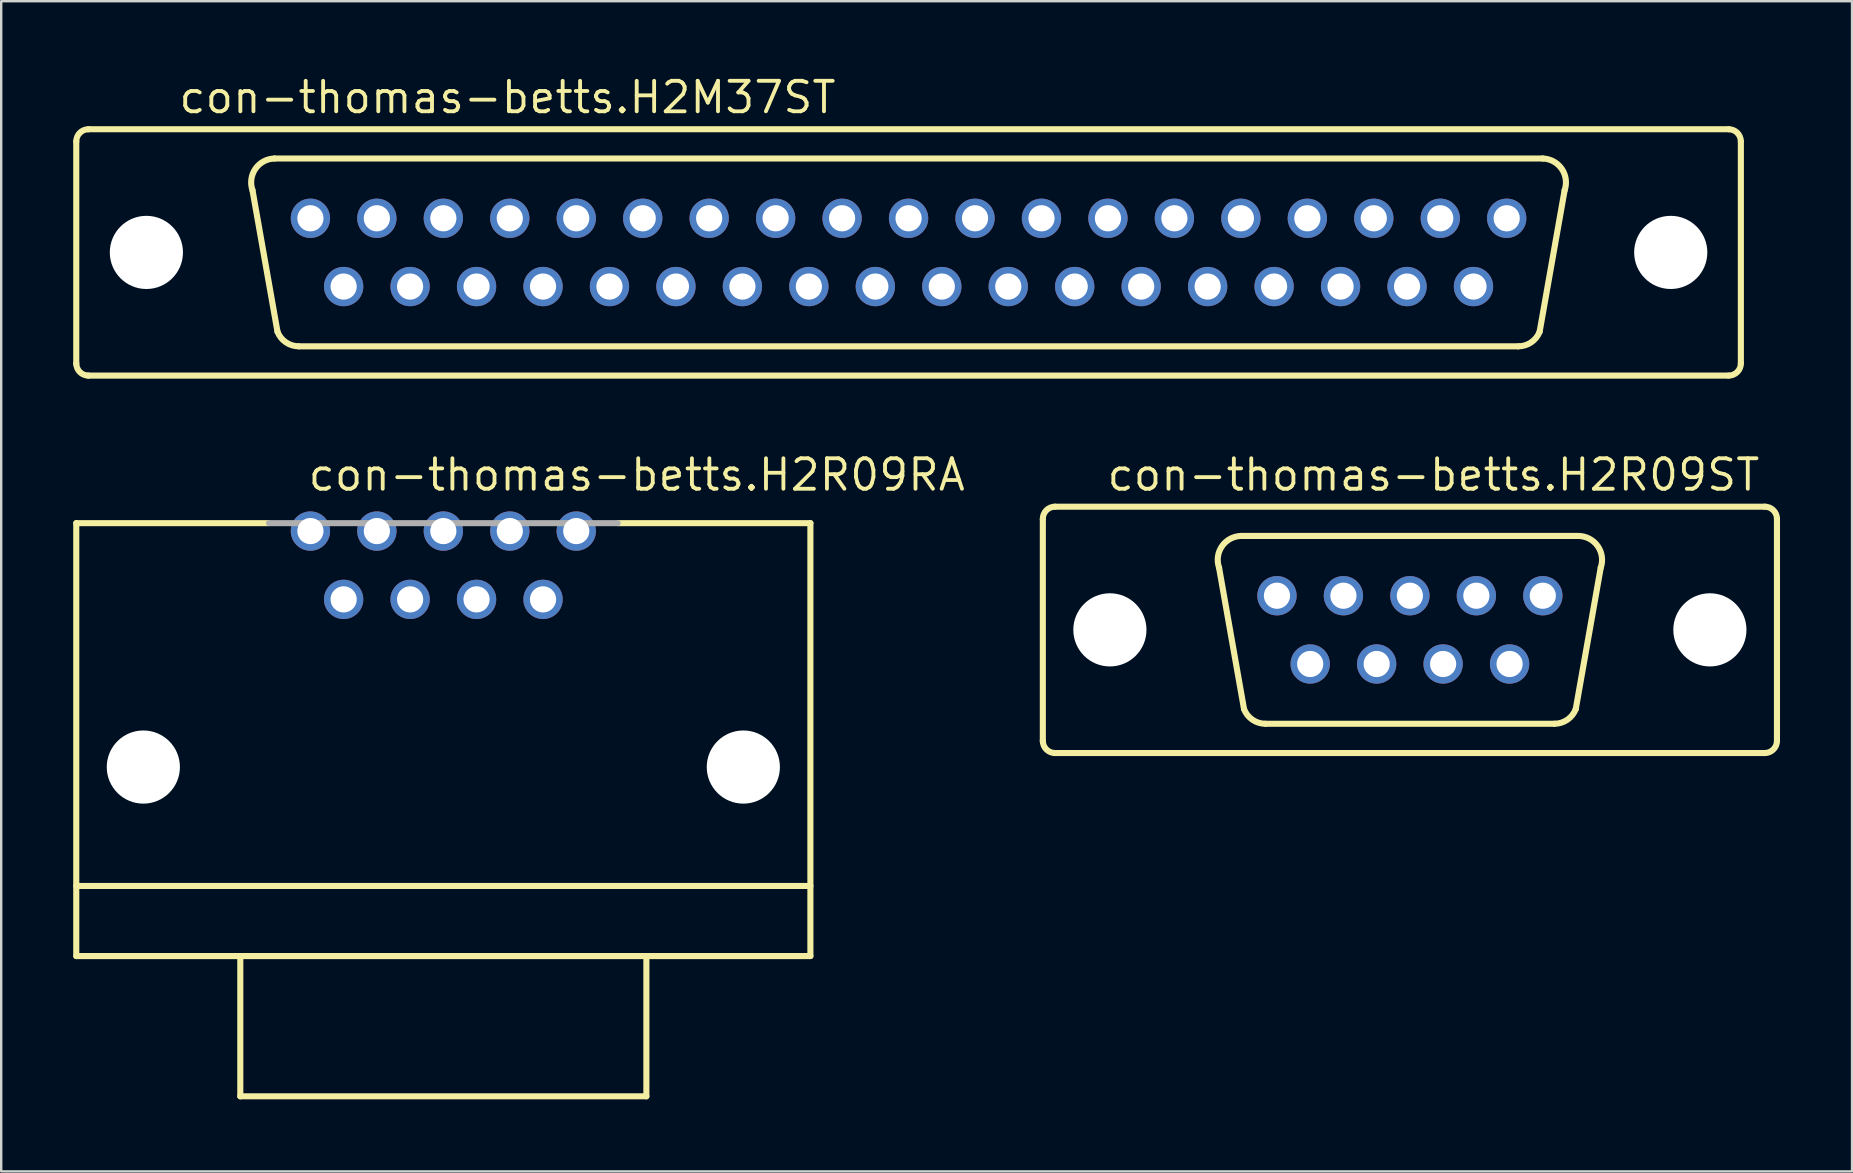
<source format=kicad_pcb>
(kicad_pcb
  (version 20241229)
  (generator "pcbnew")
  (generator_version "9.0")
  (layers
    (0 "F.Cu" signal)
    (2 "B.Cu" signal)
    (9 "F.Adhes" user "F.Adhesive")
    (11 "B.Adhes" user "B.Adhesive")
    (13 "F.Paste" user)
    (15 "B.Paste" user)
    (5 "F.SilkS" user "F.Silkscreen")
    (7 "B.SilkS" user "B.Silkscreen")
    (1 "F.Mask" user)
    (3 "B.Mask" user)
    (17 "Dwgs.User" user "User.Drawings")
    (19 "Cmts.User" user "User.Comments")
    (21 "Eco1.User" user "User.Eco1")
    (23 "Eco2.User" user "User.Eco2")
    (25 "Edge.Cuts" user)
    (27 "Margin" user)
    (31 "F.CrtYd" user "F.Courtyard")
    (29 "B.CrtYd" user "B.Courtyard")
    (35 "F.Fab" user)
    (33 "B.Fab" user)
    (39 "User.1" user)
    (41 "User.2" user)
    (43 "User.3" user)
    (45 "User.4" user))
  (footprint "con-thomas-betts.H2R09RA"
    (layer "F.Cu")
    (at 15.418 26.998)
    (property "Reference" "con-thomas-betts.H2R09RA" (at -5.715 -9.525 0) (layer "F.SilkS") (effects (font (size 1.27 1.27) (thickness 0.16)) (justify left bottom)))
    (attr through_hole)
    (fp_line (start -15.291 -8.255) (end -7.29 -8.255) (stroke (width 0.254) (type default)) (layer "F.SilkS"))
    (fp_line (start -15.291 6.858) (end 15.291 6.858) (stroke (width 0.254) (type default)) (layer "F.SilkS"))
    (fp_line (start -15.291 9.779) (end -15.291 -8.255) (stroke (width 0.254) (type default)) (layer "F.SilkS"))
    (fp_line (start -8.458 9.779) (end -15.291 9.779) (stroke (width 0.254) (type default)) (layer "F.SilkS"))
    (fp_line (start -8.458 9.779) (end 8.458 9.779) (stroke (width 0.254) (type default)) (layer "F.SilkS"))
    (fp_line (start -8.458 15.621) (end -8.458 9.779) (stroke (width 0.254) (type default)) (layer "F.SilkS"))
    (fp_line (start 8.458 9.779) (end 8.458 15.621) (stroke (width 0.254) (type default)) (layer "F.SilkS"))
    (fp_line (start 8.458 15.621) (end -8.458 15.621) (stroke (width 0.254) (type default)) (layer "F.SilkS"))
    (fp_line (start 15.291 -8.255) (end 7.29 -8.255) (stroke (width 0.254) (type default)) (layer "F.SilkS"))
    (fp_line (start 15.291 -8.255) (end 15.291 9.779) (stroke (width 0.254) (type default)) (layer "F.SilkS"))
    (fp_line (start 15.291 9.779) (end 8.458 9.779) (stroke (width 0.254) (type default)) (layer "F.SilkS"))
    (fp_line (start -7.264 -8.255) (end 7.264 -8.255) (stroke (width 0.254) (type default)) (layer "F.Fab"))
    (pad "" np_thru_hole circle (at -12.497 1.905) (size 3.048 3.048) (drill 3.048) (layers "*.Cu" "*.Mask"))
    (pad "" np_thru_hole circle (at 12.497 1.905) (size 3.048 3.048) (drill 3.048) (layers "*.Cu" "*.Mask"))
    (pad "1" thru_hole circle (at 5.537 -7.925) (size 1.638 1.638) (drill 1.092) (layers "*.Cu" "*.Mask"))
    (pad "2" thru_hole circle (at 2.769 -7.925) (size 1.638 1.638) (drill 1.092) (layers "*.Cu" "*.Mask"))
    (pad "3" thru_hole circle (at 0 -7.925) (size 1.638 1.638) (drill 1.092) (layers "*.Cu" "*.Mask"))
    (pad "4" thru_hole circle (at -2.769 -7.925) (size 1.638 1.638) (drill 1.092) (layers "*.Cu" "*.Mask"))
    (pad "5" thru_hole circle (at -5.537 -7.925) (size 1.638 1.638) (drill 1.092) (layers "*.Cu" "*.Mask"))
    (pad "6" thru_hole circle (at 4.153 -5.08) (size 1.638 1.638) (drill 1.092) (layers "*.Cu" "*.Mask"))
    (pad "7" thru_hole circle (at 1.384 -5.08) (size 1.638 1.638) (drill 1.092) (layers "*.Cu" "*.Mask"))
    (pad "8" thru_hole circle (at -1.384 -5.08) (size 1.638 1.638) (drill 1.092) (layers "*.Cu" "*.Mask"))
    (pad "9" thru_hole circle (at -4.153 -5.08) (size 1.638 1.638) (drill 1.092) (layers "*.Cu" "*.Mask")))
  (footprint "con-thomas-betts.H2M37ST"
    (layer "F.Cu")
    (at 34.798 7.465)
    (property "Reference" "con-thomas-betts.H2M37ST" (at -30.48 -5.715 0) (layer "F.SilkS") (effects (font (size 1.27 1.27) (thickness 0.16)) (justify left bottom)))
    (attr through_hole)
    (fp_line (start -34.671 4.648) (end -34.671 -4.623) (stroke (width 0.254) (type default)) (layer "F.SilkS"))
    (fp_line (start -34.163 -5.131) (end 34.163 -5.131) (stroke (width 0.254) (type default)) (layer "F.SilkS"))
    (fp_line (start -26.289 3.302) (end -27.33 -2.591) (stroke (width 0.254) (type default)) (layer "F.SilkS"))
    (fp_line (start 25.4 3.912) (end -25.4 3.912) (stroke (width 0.254) (type default)) (layer "F.SilkS"))
    (fp_line (start 26.289 3.302) (end 27.33 -2.591) (stroke (width 0.254) (type default)) (layer "F.SilkS"))
    (fp_line (start 26.416 -3.912) (end -26.416 -3.912) (stroke (width 0.254) (type default)) (layer "F.SilkS"))
    (fp_line (start 34.163 5.131) (end -34.188 5.131) (stroke (width 0.254) (type default)) (layer "F.SilkS"))
    (fp_line (start 34.671 -4.623) (end 34.671 4.623) (stroke (width 0.254) (type default)) (layer "F.SilkS"))
    (fp_arc (start -34.671 -4.6228) (mid -34.52221 -4.98201) (end -34.163 -5.1308) (stroke (width 0.254) (type default)) (layer "F.SilkS"))
    (fp_arc (start -34.163 5.1308) (mid -34.52221 4.98201) (end -34.671 4.6228) (stroke (width 0.254) (type default)) (layer "F.SilkS"))
    (fp_arc (start -27.3304 -2.5908) (mid -27.208543 -3.483361) (end -26.416 -3.9116) (stroke (width 0.254) (type default)) (layer "F.SilkS"))
    (fp_arc (start -25.4 3.9116) (mid -25.939029 3.744654) (end -26.289 3.302) (stroke (width 0.254) (type default)) (layer "F.SilkS"))
    (fp_arc (start 26.289 3.302) (mid 25.939029 3.744654) (end 25.4 3.9116) (stroke (width 0.254) (type default)) (layer "F.SilkS"))
    (fp_arc (start 26.416 -3.9116) (mid 27.208543 -3.483361) (end 27.3304 -2.5908) (stroke (width 0.254) (type default)) (layer "F.SilkS"))
    (fp_arc (start 34.163 -5.1308) (mid 34.52221 -4.98201) (end 34.671 -4.6228) (stroke (width 0.254) (type default)) (layer "F.SilkS"))
    (fp_arc (start 34.671 4.6228) (mid 34.52221 4.98201) (end 34.163 5.1308) (stroke (width 0.254) (type default)) (layer "F.SilkS"))
    (pad "" np_thru_hole circle (at -31.75 0) (size 3.048 3.048) (drill 3.048) (layers "*.Cu" "*.Mask"))
    (pad "" np_thru_hole circle (at 31.75 0) (size 3.048 3.048) (drill 3.048) (layers "*.Cu" "*.Mask"))
    (pad "1" thru_hole circle (at -24.917 -1.422) (size 1.638 1.638) (drill 1.092) (layers "*.Cu" "*.Mask"))
    (pad "2" thru_hole circle (at -22.149 -1.422) (size 1.638 1.638) (drill 1.092) (layers "*.Cu" "*.Mask"))
    (pad "3" thru_hole circle (at -19.38 -1.422) (size 1.638 1.638) (drill 1.092) (layers "*.Cu" "*.Mask"))
    (pad "4" thru_hole circle (at -16.612 -1.422) (size 1.638 1.638) (drill 1.092) (layers "*.Cu" "*.Mask"))
    (pad "5" thru_hole circle (at -13.843 -1.422) (size 1.638 1.638) (drill 1.092) (layers "*.Cu" "*.Mask"))
    (pad "6" thru_hole circle (at -11.074 -1.422) (size 1.638 1.638) (drill 1.092) (layers "*.Cu" "*.Mask"))
    (pad "7" thru_hole circle (at -8.306 -1.422) (size 1.638 1.638) (drill 1.092) (layers "*.Cu" "*.Mask"))
    (pad "8" thru_hole circle (at -5.537 -1.422) (size 1.638 1.638) (drill 1.092) (layers "*.Cu" "*.Mask"))
    (pad "9" thru_hole circle (at -2.769 -1.422) (size 1.638 1.638) (drill 1.092) (layers "*.Cu" "*.Mask"))
    (pad "10" thru_hole circle (at 0 -1.422) (size 1.638 1.638) (drill 1.092) (layers "*.Cu" "*.Mask"))
    (pad "11" thru_hole circle (at 2.769 -1.422) (size 1.638 1.638) (drill 1.092) (layers "*.Cu" "*.Mask"))
    (pad "12" thru_hole circle (at 5.537 -1.422) (size 1.638 1.638) (drill 1.092) (layers "*.Cu" "*.Mask"))
    (pad "13" thru_hole circle (at 8.306 -1.422) (size 1.638 1.638) (drill 1.092) (layers "*.Cu" "*.Mask"))
    (pad "14" thru_hole circle (at 11.074 -1.422) (size 1.638 1.638) (drill 1.092) (layers "*.Cu" "*.Mask"))
    (pad "15" thru_hole circle (at 13.843 -1.422) (size 1.638 1.638) (drill 1.092) (layers "*.Cu" "*.Mask"))
    (pad "16" thru_hole circle (at 16.612 -1.422) (size 1.638 1.638) (drill 1.092) (layers "*.Cu" "*.Mask"))
    (pad "17" thru_hole circle (at 19.38 -1.422) (size 1.638 1.638) (drill 1.092) (layers "*.Cu" "*.Mask"))
    (pad "18" thru_hole circle (at 22.149 -1.422) (size 1.638 1.638) (drill 1.092) (layers "*.Cu" "*.Mask"))
    (pad "19" thru_hole circle (at 24.917 -1.422) (size 1.638 1.638) (drill 1.092) (layers "*.Cu" "*.Mask"))
    (pad "20" thru_hole circle (at -23.533 1.422) (size 1.638 1.638) (drill 1.092) (layers "*.Cu" "*.Mask"))
    (pad "21" thru_hole circle (at -20.765 1.422) (size 1.638 1.638) (drill 1.092) (layers "*.Cu" "*.Mask"))
    (pad "22" thru_hole circle (at -17.996 1.422) (size 1.638 1.638) (drill 1.092) (layers "*.Cu" "*.Mask"))
    (pad "23" thru_hole circle (at -15.227 1.422) (size 1.638 1.638) (drill 1.092) (layers "*.Cu" "*.Mask"))
    (pad "24" thru_hole circle (at -12.459 1.422) (size 1.638 1.638) (drill 1.092) (layers "*.Cu" "*.Mask"))
    (pad "25" thru_hole circle (at -9.69 1.422) (size 1.638 1.638) (drill 1.092) (layers "*.Cu" "*.Mask"))
    (pad "26" thru_hole circle (at -6.921 1.422) (size 1.638 1.638) (drill 1.092) (layers "*.Cu" "*.Mask"))
    (pad "27" thru_hole circle (at -4.153 1.422) (size 1.638 1.638) (drill 1.092) (layers "*.Cu" "*.Mask"))
    (pad "28" thru_hole circle (at -1.384 1.422) (size 1.638 1.638) (drill 1.092) (layers "*.Cu" "*.Mask"))
    (pad "29" thru_hole circle (at 1.384 1.422) (size 1.638 1.638) (drill 1.092) (layers "*.Cu" "*.Mask"))
    (pad "30" thru_hole circle (at 4.153 1.422) (size 1.638 1.638) (drill 1.092) (layers "*.Cu" "*.Mask"))
    (pad "31" thru_hole circle (at 6.921 1.422) (size 1.638 1.638) (drill 1.092) (layers "*.Cu" "*.Mask"))
    (pad "32" thru_hole circle (at 9.69 1.422) (size 1.638 1.638) (drill 1.092) (layers "*.Cu" "*.Mask"))
    (pad "33" thru_hole circle (at 12.459 1.422) (size 1.638 1.638) (drill 1.092) (layers "*.Cu" "*.Mask"))
    (pad "34" thru_hole circle (at 15.227 1.422) (size 1.638 1.638) (drill 1.092) (layers "*.Cu" "*.Mask"))
    (pad "35" thru_hole circle (at 17.996 1.422) (size 1.638 1.638) (drill 1.092) (layers "*.Cu" "*.Mask"))
    (pad "36" thru_hole circle (at 20.765 1.422) (size 1.638 1.638) (drill 1.092) (layers "*.Cu" "*.Mask"))
    (pad "37" thru_hole circle (at 23.533 1.422) (size 1.638 1.638) (drill 1.092) (layers "*.Cu" "*.Mask")))
  (footprint "con-thomas-betts.H2R09ST"
    (layer "F.Cu")
    (at 55.682 23.188)
    (property "Reference" "con-thomas-betts.H2R09ST" (at -12.7 -5.715 0) (layer "F.SilkS") (effects (font (size 1.27 1.27) (thickness 0.16)) (justify left bottom)))
    (attr through_hole)
    (fp_line (start -15.291 4.648) (end -15.291 -4.623) (stroke (width 0.254) (type default)) (layer "F.SilkS"))
    (fp_line (start -14.783 -5.131) (end 14.783 -5.131) (stroke (width 0.254) (type default)) (layer "F.SilkS"))
    (fp_line (start -6.909 3.302) (end -7.95 -2.591) (stroke (width 0.254) (type default)) (layer "F.SilkS"))
    (fp_line (start 6.02 3.912) (end -6.02 3.912) (stroke (width 0.254) (type default)) (layer "F.SilkS"))
    (fp_line (start 6.909 3.302) (end 7.95 -2.591) (stroke (width 0.254) (type default)) (layer "F.SilkS"))
    (fp_line (start 7.036 -3.912) (end -7.036 -3.912) (stroke (width 0.254) (type default)) (layer "F.SilkS"))
    (fp_line (start 14.783 5.131) (end -14.808 5.131) (stroke (width 0.254) (type default)) (layer "F.SilkS"))
    (fp_line (start 15.291 -4.623) (end 15.291 4.623) (stroke (width 0.254) (type default)) (layer "F.SilkS"))
    (fp_arc (start -15.2908 -4.6228) (mid -15.14201 -4.98201) (end -14.7828 -5.1308) (stroke (width 0.254) (type default)) (layer "F.SilkS"))
    (fp_arc (start -14.7828 5.1308) (mid -15.14201 4.98201) (end -15.2908 4.6228) (stroke (width 0.254) (type default)) (layer "F.SilkS"))
    (fp_arc (start -7.9502 -2.5908) (mid -7.828343 -3.483361) (end -7.0358 -3.9116) (stroke (width 0.254) (type default)) (layer "F.SilkS"))
    (fp_arc (start -6.0198 3.9116) (mid -6.558829 3.744654) (end -6.9088 3.302) (stroke (width 0.254) (type default)) (layer "F.SilkS"))
    (fp_arc (start 6.9088 3.302) (mid 6.558829 3.744654) (end 6.0198 3.9116) (stroke (width 0.254) (type default)) (layer "F.SilkS"))
    (fp_arc (start 7.0358 -3.9116) (mid 7.828343 -3.483361) (end 7.9502 -2.5908) (stroke (width 0.254) (type default)) (layer "F.SilkS"))
    (fp_arc (start 14.7828 -5.1308) (mid 15.14201 -4.98201) (end 15.2908 -4.6228) (stroke (width 0.254) (type default)) (layer "F.SilkS"))
    (fp_arc (start 15.2908 4.6228) (mid 15.14201 4.98201) (end 14.7828 5.1308) (stroke (width 0.254) (type default)) (layer "F.SilkS"))
    (pad "" np_thru_hole circle (at -12.497 0) (size 3.048 3.048) (drill 3.048) (layers "*.Cu" "*.Mask"))
    (pad "" np_thru_hole circle (at 12.497 0) (size 3.048 3.048) (drill 3.048) (layers "*.Cu" "*.Mask"))
    (pad "1" thru_hole circle (at 5.537 -1.422) (size 1.638 1.638) (drill 1.092) (layers "*.Cu" "*.Mask"))
    (pad "2" thru_hole circle (at 2.769 -1.422) (size 1.638 1.638) (drill 1.092) (layers "*.Cu" "*.Mask"))
    (pad "3" thru_hole circle (at 0 -1.422) (size 1.638 1.638) (drill 1.092) (layers "*.Cu" "*.Mask"))
    (pad "4" thru_hole circle (at -2.769 -1.422) (size 1.638 1.638) (drill 1.092) (layers "*.Cu" "*.Mask"))
    (pad "5" thru_hole circle (at -5.537 -1.422) (size 1.638 1.638) (drill 1.092) (layers "*.Cu" "*.Mask"))
    (pad "6" thru_hole circle (at 4.153 1.422) (size 1.638 1.638) (drill 1.092) (layers "*.Cu" "*.Mask"))
    (pad "7" thru_hole circle (at 1.384 1.422) (size 1.638 1.638) (drill 1.092) (layers "*.Cu" "*.Mask"))
    (pad "8" thru_hole circle (at -1.384 1.422) (size 1.638 1.638) (drill 1.092) (layers "*.Cu" "*.Mask"))
    (pad "9" thru_hole circle (at -4.153 1.422) (size 1.638 1.638) (drill 1.092) (layers "*.Cu" "*.Mask")))
  (gr_rect
    (start -3 -3)
    (end 74.1 45.746)
    (stroke (width 0.1) (type default))
    (fill no)
    (layer "Edge.Cuts")))
</source>
